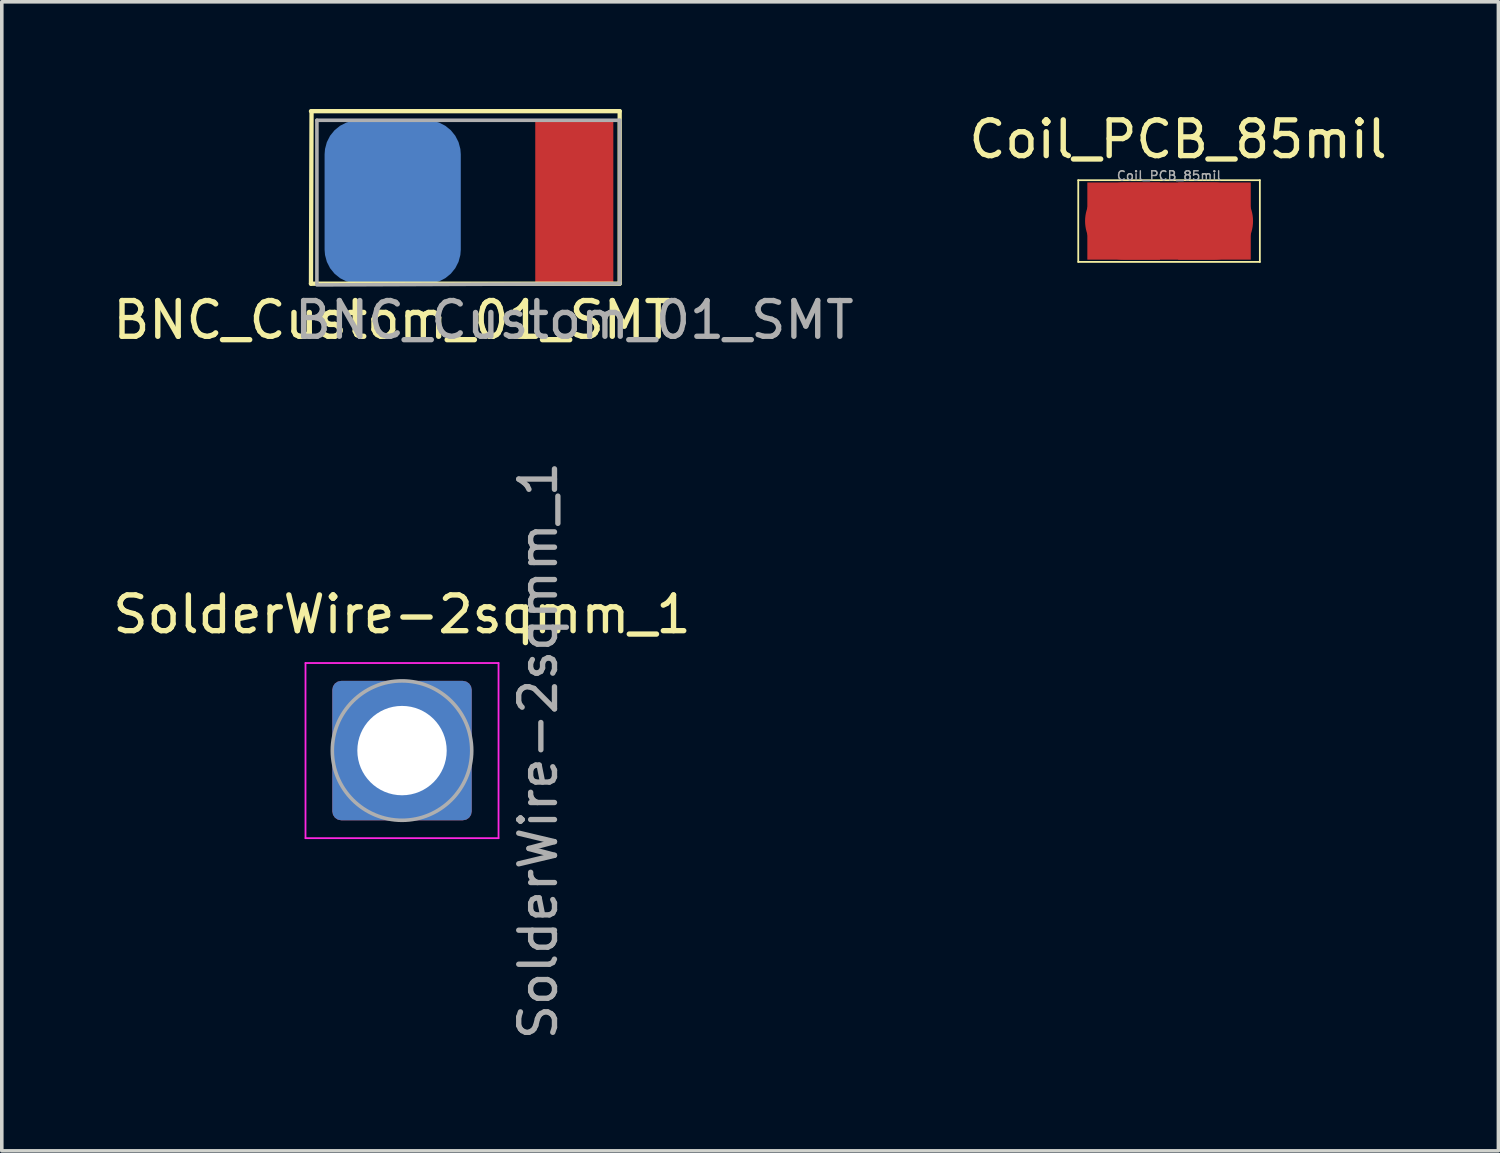
<source format=kicad_pcb>
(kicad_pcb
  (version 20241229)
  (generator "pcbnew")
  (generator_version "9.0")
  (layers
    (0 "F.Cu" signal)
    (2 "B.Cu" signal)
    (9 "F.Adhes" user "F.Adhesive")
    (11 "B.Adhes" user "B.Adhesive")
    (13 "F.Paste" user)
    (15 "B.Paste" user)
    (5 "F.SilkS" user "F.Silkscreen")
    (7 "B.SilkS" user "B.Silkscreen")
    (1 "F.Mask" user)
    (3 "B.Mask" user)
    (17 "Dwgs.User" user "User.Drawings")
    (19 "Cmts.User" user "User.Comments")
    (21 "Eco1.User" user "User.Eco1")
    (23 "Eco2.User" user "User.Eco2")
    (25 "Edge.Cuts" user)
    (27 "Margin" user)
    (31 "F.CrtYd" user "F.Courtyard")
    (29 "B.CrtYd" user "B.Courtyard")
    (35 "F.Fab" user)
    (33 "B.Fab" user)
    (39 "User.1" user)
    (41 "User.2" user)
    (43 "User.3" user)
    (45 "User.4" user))
  (footprint "Coil_PCB_85mil"
    (layer "F.Cu")
    (at 29.653 3.134)
    (property "Reference" "Coil_PCB_85mil" (at 0.254 -2.286 0) (layer "F.SilkS") (effects (font (size 1 1) (thickness 0.15))))
    (attr smd)
    (fp_line (start 1.27 0) (end -1.27 0) (stroke (width 2.159) (type solid)) (layer "F.Cu"))
    (fp_line (start -2.54 -1.143) (end 2.54 -1.143) (stroke (width 0.05) (type solid)) (layer "F.SilkS"))
    (fp_line (start -2.54 1.143) (end -2.54 -1.143) (stroke (width 0.05) (type solid)) (layer "F.SilkS"))
    (fp_line (start -2.54 1.143) (end 2.54 1.143) (stroke (width 0.05) (type solid)) (layer "F.SilkS"))
    (fp_line (start 2.54 -1.143) (end 2.54 1.143) (stroke (width 0.05) (type solid)) (layer "F.SilkS"))
    (fp_text user "${REFERENCE}" (at 0 -1.27 0) (layer "F.Fab") (effects (font (size 0.25 0.25) (thickness 0.04))))
    (pad "1" smd rect (at -1.27 0) (size 2.032 2.159) (layers "F.Cu"))
    (pad "2" smd rect (at 1.27 0) (size 2.032 2.159) (layers "F.Cu" "F.Mask")))
  (footprint "SolderWire-2sqmm_1"
    (layer "F.Cu")
    (at 8.196 17.947)
    (property "Reference" "SolderWire-2sqmm_1" (at 0 -3.81 0) (layer "F.SilkS") (effects (font (size 1 1) (thickness 0.15))))
    (attr exclude_from_pos_files exclude_from_bom)
    (fp_line (start -2.7 -2.45) (end -2.7 2.45) (stroke (width 0.05) (type solid)) (layer "F.CrtYd"))
    (fp_line (start -2.7 2.45) (end 2.7 2.45) (stroke (width 0.05) (type solid)) (layer "F.CrtYd"))
    (fp_line (start 2.7 -2.45) (end -2.7 -2.45) (stroke (width 0.05) (type solid)) (layer "F.CrtYd"))
    (fp_line (start 2.7 2.45) (end 2.7 -2.45) (stroke (width 0.05) (type solid)) (layer "F.CrtYd"))
    (fp_circle (center 0 0) (end 1.95 0) (stroke (width 0.1) (type solid)) (fill no) (layer "F.Fab"))
    (fp_text user "${REFERENCE}" (at 3.81 0 270) (layer "F.Fab") (effects (font (size 1 1) (thickness 0.15))))
    (pad "1" thru_hole roundrect (at 0 0) (size 3.9 3.9) (drill 2.5) (layers "*.Cu" "*.Mask") (roundrect_rratio 0.064)))
  (footprint "BNC_Custom_01_SMT"
    (layer "F.Cu")
    (at 13.015 3.87)
    (property "Reference" "BNC_Custom_01_SMT" (at -5.08 2.032 0) (layer "F.SilkS") (effects (font (size 1 1) (thickness 0.15))))
    (attr through_hole)
    (fp_line (start -7.366 -3.81) (end 1.27 -3.81) (stroke (width 0.12) (type solid)) (layer "F.SilkS"))
    (fp_line (start -7.366 1.016) (end -7.35 -3.81) (stroke (width 0.12) (type solid)) (layer "F.SilkS"))
    (fp_line (start 1.27 -3.81) (end 1.27 1.016) (stroke (width 0.12) (type solid)) (layer "F.SilkS"))
    (fp_line (start 1.27 1.016) (end -7.366 1.016) (stroke (width 0.12) (type solid)) (layer "F.SilkS"))
    (fp_line (start -7.2 -3.556) (end -7.2 1.016) (stroke (width 0.1) (type solid)) (layer "F.Fab"))
    (fp_line (start -7.2 1.05) (end 1.27 1.016) (stroke (width 0.1) (type solid)) (layer "F.Fab"))
    (fp_line (start 1.27 -3.556) (end -7.2 -3.556) (stroke (width 0.1) (type solid)) (layer "F.Fab"))
    (fp_line (start 1.27 1.016) (end 1.27 -3.556) (stroke (width 0.1) (type solid)) (layer "F.Fab"))
    (fp_text user "${REFERENCE}" (at 0 2.032 0) (layer "F.Fab") (effects (font (size 1 1) (thickness 0.15))))
    (pad "1" connect rect (at 0 -1.27) (size 2.184 4.572) (layers "F.Cu" "F.Mask"))
    (pad "2" connect roundrect (at -5.08 -1.27) (size 3.81 4.572) (layers "B.Cu" "B.Mask") (roundrect_rratio 0.25)))
  (gr_rect
    (start -3 -3)
    (end 38.866 29.143)
    (stroke (width 0.1) (type default))
    (fill no)
    (layer "Edge.Cuts")))
</source>
